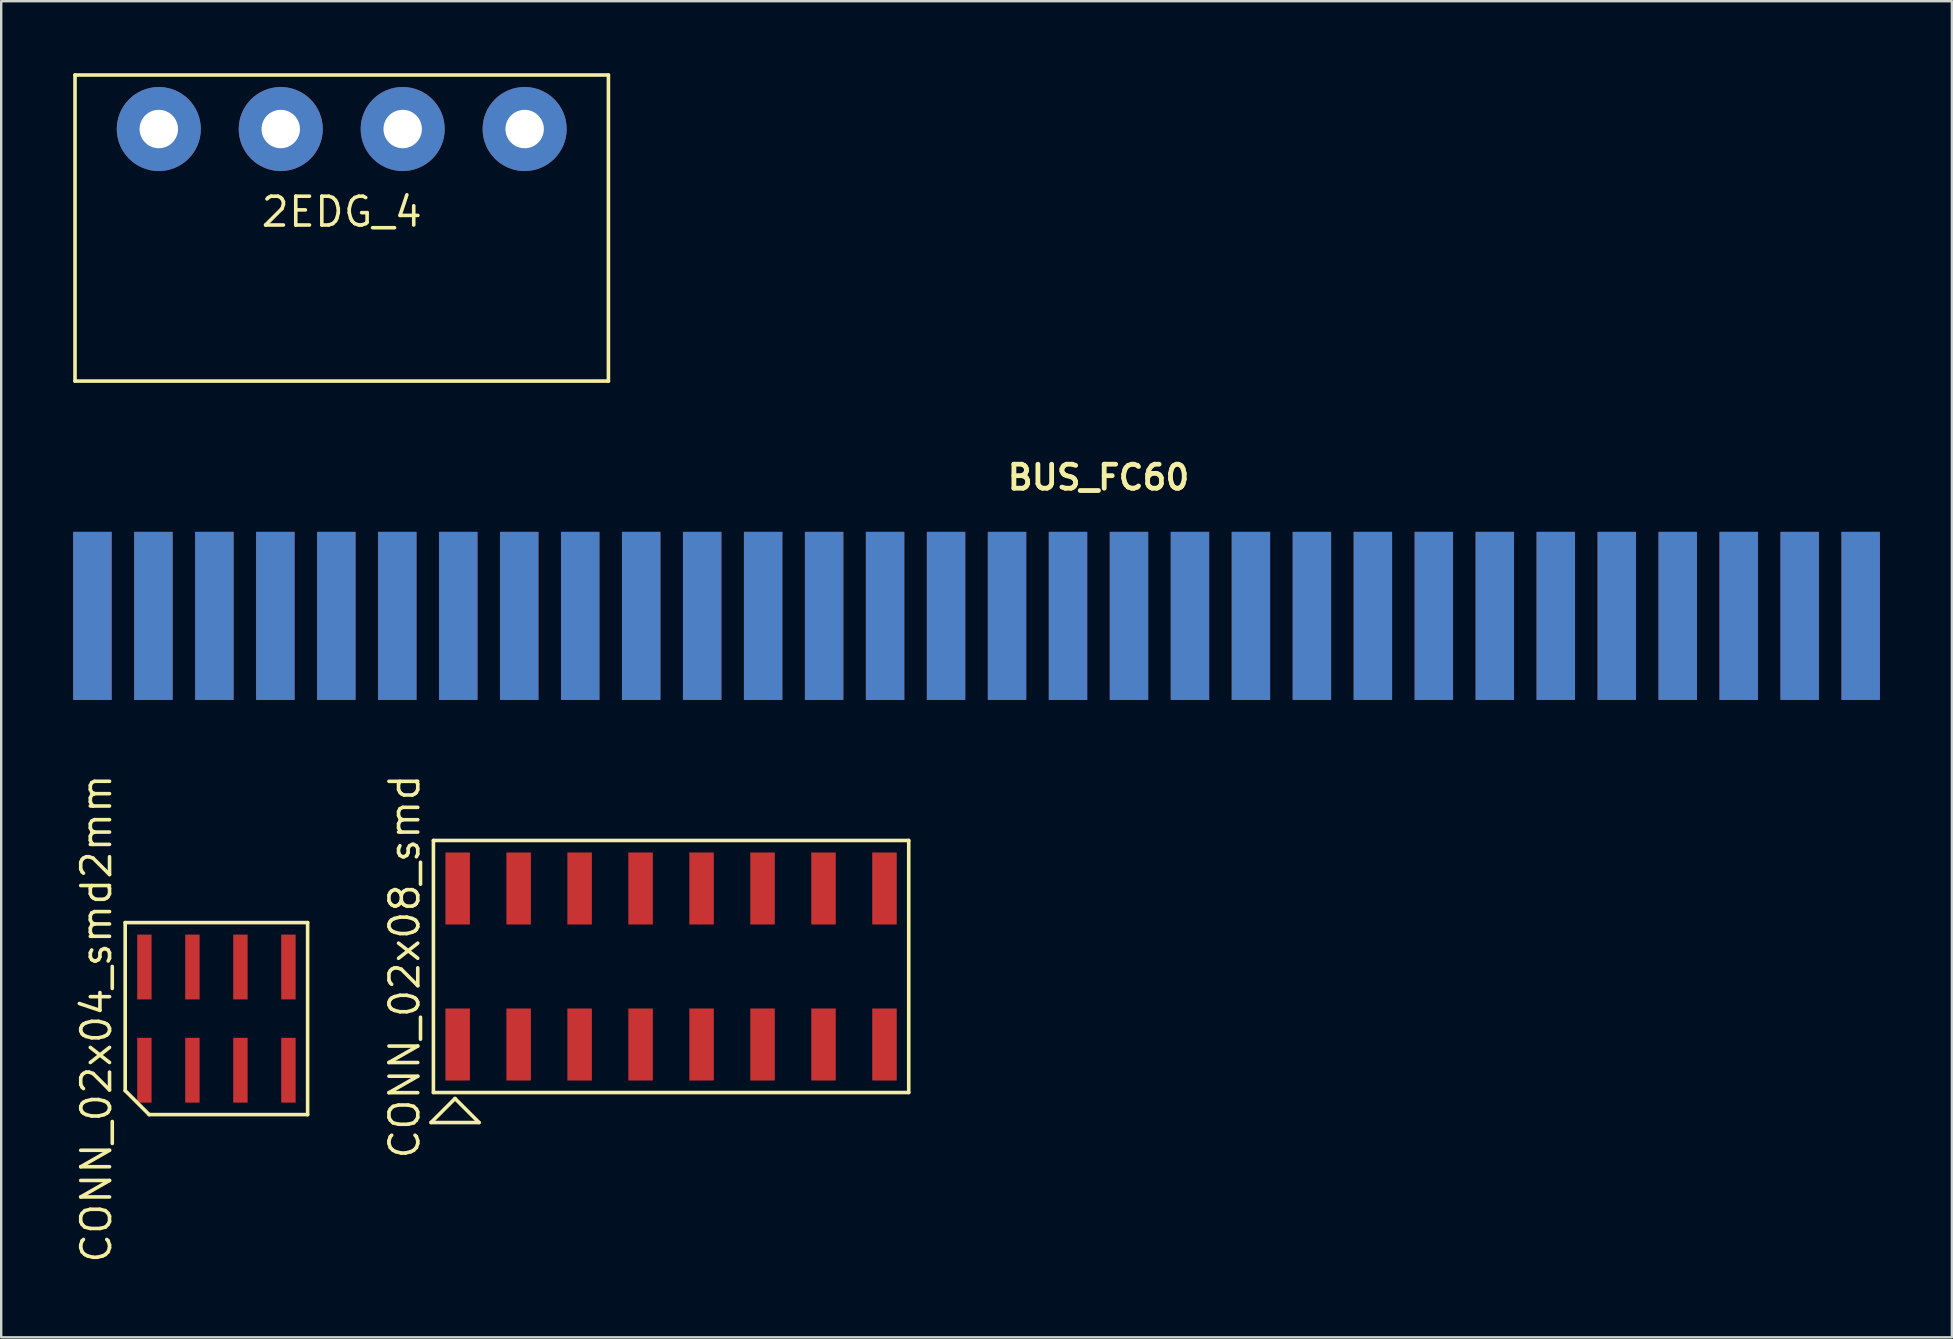
<source format=kicad_pcb>
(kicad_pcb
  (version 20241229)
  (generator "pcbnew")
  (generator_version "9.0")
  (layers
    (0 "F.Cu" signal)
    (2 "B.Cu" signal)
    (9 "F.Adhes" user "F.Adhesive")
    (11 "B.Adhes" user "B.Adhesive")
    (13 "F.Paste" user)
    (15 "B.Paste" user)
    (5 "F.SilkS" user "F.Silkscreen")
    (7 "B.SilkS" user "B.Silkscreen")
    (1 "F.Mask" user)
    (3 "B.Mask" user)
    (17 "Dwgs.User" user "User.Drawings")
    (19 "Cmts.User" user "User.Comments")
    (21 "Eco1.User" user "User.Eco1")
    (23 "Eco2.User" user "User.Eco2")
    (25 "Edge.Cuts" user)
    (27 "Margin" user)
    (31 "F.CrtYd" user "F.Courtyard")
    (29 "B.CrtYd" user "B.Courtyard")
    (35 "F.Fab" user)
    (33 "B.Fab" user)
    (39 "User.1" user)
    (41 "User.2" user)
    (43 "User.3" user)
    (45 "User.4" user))
  (footprint "2EDG_4"
    (layer "F.Cu")
    (at 11.185 2.325)
    (property "Reference" "2EDG_4" (at 0 3.45 0) (layer "F.SilkS") (effects (font (size 1.2 1.2) (thickness 0.15))))
    (attr through_hole)
    (fp_line (start -11.11 -2.25) (end 11.11 -2.25) (stroke (width 0.15) (type solid)) (layer "F.SilkS"))
    (fp_line (start -11.11 10.5) (end -11.11 -2.25) (stroke (width 0.15) (type solid)) (layer "F.SilkS"))
    (fp_line (start 11.11 -2.25) (end 11.11 10.5) (stroke (width 0.15) (type solid)) (layer "F.SilkS"))
    (fp_line (start 11.11 10.5) (end -11.11 10.5) (stroke (width 0.15) (type solid)) (layer "F.SilkS"))
    (pad "1" thru_hole circle (at -7.62 0) (size 3.5 3.5) (drill 1.6) (layers "*.Cu" "*.Mask"))
    (pad "2" thru_hole circle (at -2.54 0) (size 3.5 3.5) (drill 1.6) (layers "*.Cu" "*.Mask"))
    (pad "3" thru_hole circle (at 2.54 0) (size 3.5 3.5) (drill 1.6) (layers "*.Cu" "*.Mask"))
    (pad "4" thru_hole circle (at 7.62 0) (size 3.5 3.5) (drill 1.6) (layers "*.Cu" "*.Mask")))
  (footprint "CONN_02x08_smd"
    (layer "F.Cu")
    (at 24.905 37.211)
    (property "Reference" "CONN_02x08_smd" (at -11.1 0 90) (layer "F.SilkS") (effects (font (size 1.2 1.2) (thickness 0.15))))
    (attr through_hole)
    (fp_line (start -10 6.5) (end -8 6.5) (stroke (width 0.15) (type solid)) (layer "F.SilkS"))
    (fp_line (start -9.9 -5.25) (end -9.9 5.25) (stroke (width 0.15) (type solid)) (layer "F.SilkS"))
    (fp_line (start -9.9 5.25) (end 9.9 5.25) (stroke (width 0.15) (type solid)) (layer "F.SilkS"))
    (fp_line (start -9 5.5) (end -10 6.5) (stroke (width 0.15) (type solid)) (layer "F.SilkS"))
    (fp_line (start -8 6.5) (end -9 5.5) (stroke (width 0.15) (type solid)) (layer "F.SilkS"))
    (fp_line (start 9.9 -5.25) (end -9.9 -5.25) (stroke (width 0.15) (type solid)) (layer "F.SilkS"))
    (fp_line (start 9.9 5.25) (end 9.9 -5.25) (stroke (width 0.15) (type solid)) (layer "F.SilkS"))
    (pad "1" smd rect (at -8.89 3.25) (size 1.02 3) (layers "F.Cu" "F.Mask" "F.Paste"))
    (pad "2" smd rect (at -8.89 -3.25) (size 1.02 3) (layers "F.Cu" "F.Mask" "F.Paste"))
    (pad "3" smd rect (at -6.35 3.25) (size 1.02 3) (layers "F.Cu" "F.Mask" "F.Paste"))
    (pad "4" smd rect (at -6.35 -3.25) (size 1.02 3) (layers "F.Cu" "F.Mask" "F.Paste"))
    (pad "5" smd rect (at -3.81 3.25) (size 1.02 3) (layers "F.Cu" "F.Mask" "F.Paste"))
    (pad "6" smd rect (at -3.81 -3.25) (size 1.02 3) (layers "F.Cu" "F.Mask" "F.Paste"))
    (pad "7" smd rect (at -1.27 3.25) (size 1.02 3) (layers "F.Cu" "F.Mask" "F.Paste"))
    (pad "8" smd rect (at -1.27 -3.25) (size 1.02 3) (layers "F.Cu" "F.Mask" "F.Paste"))
    (pad "9" smd rect (at 1.27 3.25) (size 1.02 3) (layers "F.Cu" "F.Mask" "F.Paste"))
    (pad "10" smd rect (at 1.27 -3.25) (size 1.02 3) (layers "F.Cu" "F.Mask" "F.Paste"))
    (pad "11" smd rect (at 3.81 3.25) (size 1.02 3) (layers "F.Cu" "F.Mask" "F.Paste"))
    (pad "12" smd rect (at 3.81 -3.25) (size 1.02 3) (layers "F.Cu" "F.Mask" "F.Paste"))
    (pad "13" smd rect (at 6.35 3.25) (size 1.02 3) (layers "F.Cu" "F.Mask" "F.Paste"))
    (pad "14" smd rect (at 6.35 -3.25) (size 1.02 3) (layers "F.Cu" "F.Mask" "F.Paste"))
    (pad "15" smd rect (at 8.89 3.25) (size 1.02 3) (layers "F.Cu" "F.Mask" "F.Paste"))
    (pad "16" smd rect (at 8.89 -3.25) (size 1.02 3) (layers "F.Cu" "F.Mask" "F.Paste")))
  (footprint "BUS_FC60"
    (layer "F.Cu")
    (at 37.63 19.376)
    (property "Reference" "BUS_FC60" (at 5.08 -2.54 0) (layer "F.SilkS") (effects (font (size 1 1) (thickness 0.2))))
    (attr through_hole)
    (pad "1" smd rect (at -36.83 3.23) (size 1.6 7) (layers "F.Cu" "F.Mask" "F.Paste"))
    (pad "2" smd rect (at -34.29 3.23) (size 1.6 7) (layers "F.Cu" "F.Mask" "F.Paste"))
    (pad "3" smd rect (at -31.75 3.23) (size 1.6 7) (layers "F.Cu" "F.Mask" "F.Paste"))
    (pad "4" smd rect (at -29.21 3.23) (size 1.6 7) (layers "F.Cu" "F.Mask" "F.Paste"))
    (pad "5" smd rect (at -26.67 3.23) (size 1.6 7) (layers "F.Cu" "F.Mask" "F.Paste"))
    (pad "6" smd rect (at -24.13 3.23) (size 1.6 7) (layers "F.Cu" "F.Mask" "F.Paste"))
    (pad "7" smd rect (at -21.59 3.23) (size 1.6 7) (layers "F.Cu" "F.Mask" "F.Paste"))
    (pad "8" smd rect (at -19.05 3.23) (size 1.6 7) (layers "F.Cu" "F.Mask" "F.Paste"))
    (pad "9" smd rect (at -16.51 3.23) (size 1.6 7) (layers "F.Cu" "F.Mask" "F.Paste"))
    (pad "10" smd rect (at -13.97 3.23) (size 1.6 7) (layers "F.Cu" "F.Mask" "F.Paste"))
    (pad "11" smd rect (at -11.43 3.23) (size 1.6 7) (layers "F.Cu" "F.Mask" "F.Paste"))
    (pad "12" smd rect (at -8.89 3.23) (size 1.6 7) (layers "F.Cu" "F.Mask" "F.Paste"))
    (pad "13" smd rect (at -6.35 3.23) (size 1.6 7) (layers "F.Cu" "F.Mask" "F.Paste"))
    (pad "14" smd rect (at -3.81 3.23) (size 1.6 7) (layers "F.Cu" "F.Mask" "F.Paste"))
    (pad "15" smd rect (at -1.27 3.23) (size 1.6 7) (layers "F.Cu" "F.Mask" "F.Paste"))
    (pad "16" smd rect (at 1.27 3.23) (size 1.6 7) (layers "F.Cu" "F.Mask" "F.Paste"))
    (pad "17" smd rect (at 3.81 3.23) (size 1.6 7) (layers "F.Cu" "F.Mask" "F.Paste"))
    (pad "18" smd rect (at 6.35 3.23) (size 1.6 7) (layers "F.Cu" "F.Mask" "F.Paste"))
    (pad "19" smd rect (at 8.89 3.23) (size 1.6 7) (layers "F.Cu" "F.Mask" "F.Paste"))
    (pad "20" smd rect (at 11.43 3.23) (size 1.6 7) (layers "F.Cu" "F.Mask" "F.Paste"))
    (pad "21" smd rect (at 13.97 3.23) (size 1.6 7) (layers "F.Cu" "F.Mask" "F.Paste"))
    (pad "22" smd rect (at 16.51 3.23) (size 1.6 7) (layers "F.Cu" "F.Mask" "F.Paste"))
    (pad "23" smd rect (at 19.05 3.23) (size 1.6 7) (layers "F.Cu" "F.Mask" "F.Paste"))
    (pad "24" smd rect (at 21.59 3.23) (size 1.6 7) (layers "F.Cu" "F.Mask" "F.Paste"))
    (pad "25" smd rect (at 24.13 3.23) (size 1.6 7) (layers "F.Cu" "F.Mask" "F.Paste"))
    (pad "26" smd rect (at 26.67 3.23) (size 1.6 7) (layers "F.Cu" "F.Mask" "F.Paste"))
    (pad "27" smd rect (at 29.21 3.23) (size 1.6 7) (layers "F.Cu" "F.Mask" "F.Paste"))
    (pad "28" smd rect (at 31.75 3.23) (size 1.6 7) (layers "F.Cu" "F.Mask" "F.Paste"))
    (pad "29" smd rect (at 34.29 3.23) (size 1.6 7) (layers "F.Cu" "F.Mask" "F.Paste"))
    (pad "30" smd rect (at 36.83 3.23) (size 1.6 7) (layers "F.Cu" "F.Mask" "F.Paste"))
    (pad "31" smd rect (at -36.83 3.23) (size 1.6 7) (layers "B.Cu" "B.Mask" "B.Paste"))
    (pad "32" smd rect (at -34.29 3.23) (size 1.6 7) (layers "B.Cu" "B.Mask" "B.Paste"))
    (pad "33" smd rect (at -31.75 3.23) (size 1.6 7) (layers "B.Cu" "B.Mask" "B.Paste"))
    (pad "34" smd rect (at -29.21 3.23) (size 1.6 7) (layers "B.Cu" "B.Mask" "B.Paste"))
    (pad "35" smd rect (at -26.67 3.23) (size 1.6 7) (layers "B.Cu" "B.Mask" "B.Paste"))
    (pad "36" smd rect (at -24.13 3.23) (size 1.6 7) (layers "B.Cu" "B.Mask" "B.Paste"))
    (pad "37" smd rect (at -21.59 3.23) (size 1.6 7) (layers "B.Cu" "B.Mask" "B.Paste"))
    (pad "38" smd rect (at -19.05 3.23) (size 1.6 7) (layers "B.Cu" "B.Mask" "B.Paste"))
    (pad "39" smd rect (at -16.51 3.23) (size 1.6 7) (layers "B.Cu" "B.Mask" "B.Paste"))
    (pad "40" smd rect (at -13.97 3.23) (size 1.6 7) (layers "B.Cu" "B.Mask" "B.Paste"))
    (pad "41" smd rect (at -11.43 3.23) (size 1.6 7) (layers "B.Cu" "B.Mask" "B.Paste"))
    (pad "42" smd rect (at -8.89 3.23) (size 1.6 7) (layers "B.Cu" "B.Mask" "B.Paste"))
    (pad "43" smd rect (at -6.35 3.23) (size 1.6 7) (layers "B.Cu" "B.Mask" "B.Paste"))
    (pad "44" smd rect (at -3.81 3.23) (size 1.6 7) (layers "B.Cu" "B.Mask" "B.Paste"))
    (pad "45" smd rect (at -1.27 3.23) (size 1.6 7) (layers "B.Cu" "B.Mask" "B.Paste"))
    (pad "46" smd rect (at 1.27 3.23) (size 1.6 7) (layers "B.Cu" "B.Mask" "B.Paste"))
    (pad "47" smd rect (at 3.81 3.23) (size 1.6 7) (layers "B.Cu" "B.Mask" "B.Paste"))
    (pad "48" smd rect (at 6.35 3.23) (size 1.6 7) (layers "B.Cu" "B.Mask" "B.Paste"))
    (pad "49" smd rect (at 8.89 3.23) (size 1.6 7) (layers "B.Cu" "B.Mask" "B.Paste"))
    (pad "50" smd rect (at 11.43 3.23) (size 1.6 7) (layers "B.Cu" "B.Mask" "B.Paste"))
    (pad "51" smd rect (at 13.97 3.23) (size 1.6 7) (layers "B.Cu" "B.Mask" "B.Paste"))
    (pad "52" smd rect (at 16.51 3.23) (size 1.6 7) (layers "B.Cu" "B.Mask" "B.Paste"))
    (pad "53" smd rect (at 19.05 3.23) (size 1.6 7) (layers "B.Cu" "B.Mask" "B.Paste"))
    (pad "54" smd rect (at 21.59 3.23) (size 1.6 7) (layers "B.Cu" "B.Mask" "B.Paste"))
    (pad "55" smd rect (at 24.13 3.23) (size 1.6 7) (layers "B.Cu" "B.Mask" "B.Paste"))
    (pad "56" smd rect (at 26.67 3.23) (size 1.6 7) (layers "B.Cu" "B.Mask" "B.Paste"))
    (pad "57" smd rect (at 29.21 3.23) (size 1.6 7) (layers "B.Cu" "B.Mask" "B.Paste"))
    (pad "58" smd rect (at 31.75 3.23) (size 1.6 7) (layers "B.Cu" "B.Mask" "B.Paste"))
    (pad "59" smd rect (at 34.29 3.23) (size 1.6 7) (layers "B.Cu" "B.Mask" "B.Paste"))
    (pad "60" smd rect (at 36.83 3.23) (size 1.6 7) (layers "B.Cu" "B.Mask" "B.Paste")))
  (footprint "CONN_02x04_smd2mm"
    (layer "F.Cu")
    (at 5.965 39.382)
    (property "Reference" "CONN_02x04_smd2mm" (at -5 0 90) (layer "F.SilkS") (effects (font (size 1.2 1.2) (thickness 0.15))))
    (attr through_hole)
    (fp_line (start -3.8 -4) (end -3.8 3) (stroke (width 0.15) (type solid)) (layer "F.SilkS"))
    (fp_line (start -2.8 4) (end -3.8 3) (stroke (width 0.15) (type solid)) (layer "F.SilkS"))
    (fp_line (start -2.8 4) (end 3.8 4) (stroke (width 0.15) (type solid)) (layer "F.SilkS"))
    (fp_line (start 3.8 -4) (end -3.8 -4) (stroke (width 0.15) (type solid)) (layer "F.SilkS"))
    (fp_line (start 3.8 4) (end 3.8 -4) (stroke (width 0.15) (type solid)) (layer "F.SilkS"))
    (pad "1" smd rect (at -3 2.15) (size 0.6 2.7) (layers "F.Cu" "F.Mask" "F.Paste"))
    (pad "2" smd rect (at -3 -2.15) (size 0.6 2.7) (layers "F.Cu" "F.Mask" "F.Paste"))
    (pad "3" smd rect (at -1 2.15) (size 0.6 2.7) (layers "F.Cu" "F.Mask" "F.Paste"))
    (pad "4" smd rect (at -1 -2.15) (size 0.6 2.7) (layers "F.Cu" "F.Mask" "F.Paste"))
    (pad "5" smd rect (at 1 2.15) (size 0.6 2.7) (layers "F.Cu" "F.Mask" "F.Paste"))
    (pad "6" smd rect (at 1 -2.15) (size 0.6 2.7) (layers "F.Cu" "F.Mask" "F.Paste"))
    (pad "7" smd rect (at 3 2.15) (size 0.6 2.7) (layers "F.Cu" "F.Mask" "F.Paste"))
    (pad "8" smd rect (at 3 -2.15) (size 0.6 2.7) (layers "F.Cu" "F.Mask" "F.Paste")))
  (gr_rect
    (start -3 -3)
    (end 78.26 52.659)
    (stroke (width 0.1) (type default))
    (fill no)
    (layer "Edge.Cuts")))
</source>
